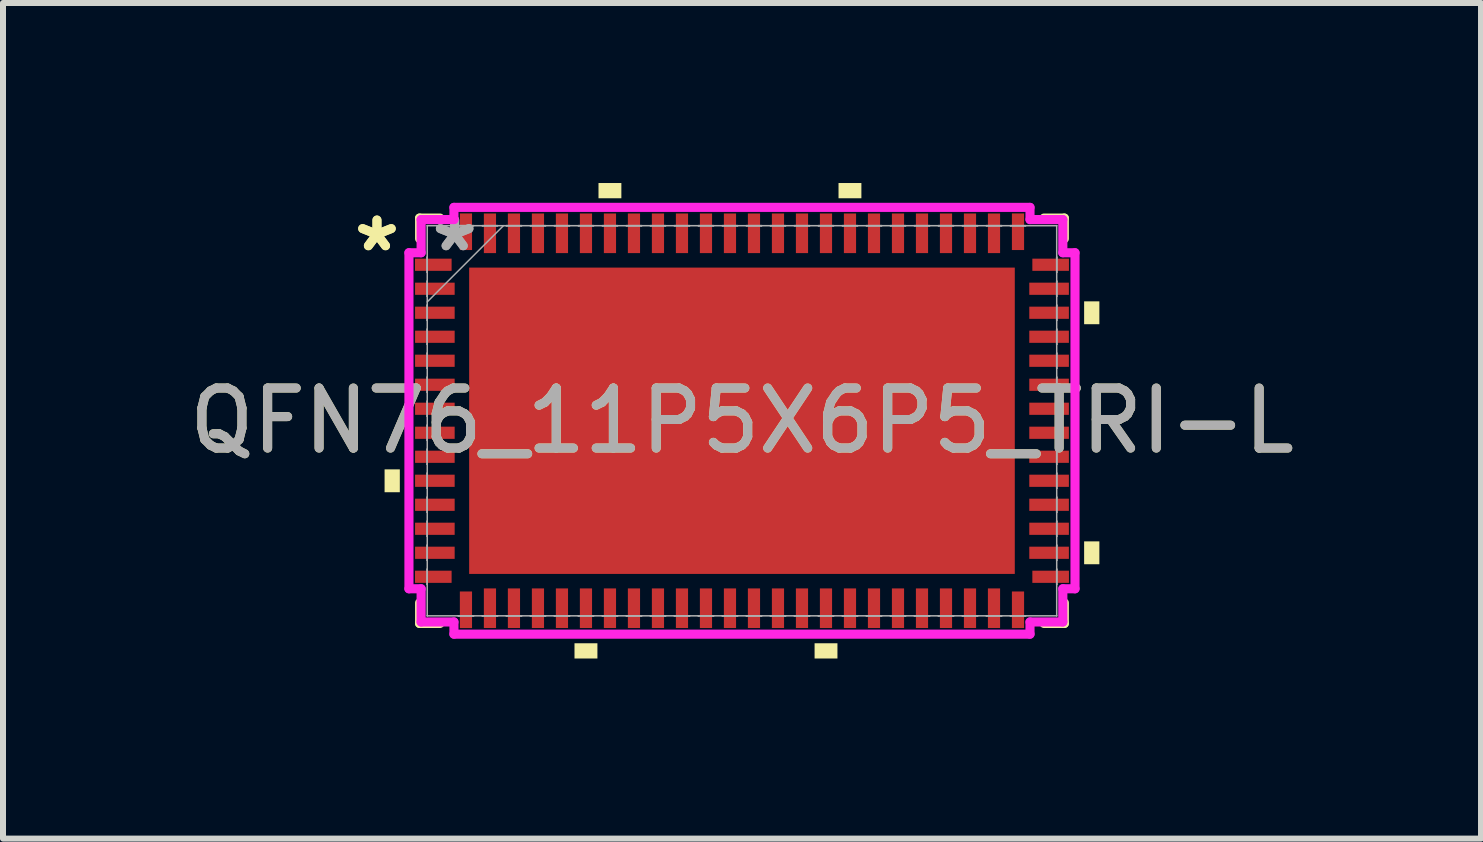
<source format=kicad_pcb>
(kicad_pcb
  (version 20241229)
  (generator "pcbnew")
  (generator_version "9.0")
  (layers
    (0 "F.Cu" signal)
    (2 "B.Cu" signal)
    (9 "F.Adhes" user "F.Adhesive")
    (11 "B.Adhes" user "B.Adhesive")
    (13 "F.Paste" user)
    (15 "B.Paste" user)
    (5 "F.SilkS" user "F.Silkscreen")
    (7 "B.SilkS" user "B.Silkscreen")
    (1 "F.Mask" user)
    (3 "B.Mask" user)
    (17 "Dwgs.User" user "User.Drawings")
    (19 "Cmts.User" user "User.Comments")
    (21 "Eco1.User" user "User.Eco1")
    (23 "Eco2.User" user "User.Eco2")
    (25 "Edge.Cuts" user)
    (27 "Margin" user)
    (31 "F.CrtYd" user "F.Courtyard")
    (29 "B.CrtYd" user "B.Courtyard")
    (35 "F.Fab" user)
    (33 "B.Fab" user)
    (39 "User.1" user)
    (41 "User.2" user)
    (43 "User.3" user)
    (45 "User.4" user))
  (footprint "QFN76_11P5X6P5_TRI-L"
    (layer "F.Cu")
    (at 9.315 3.962)
    (property "Reference" "QFN76_11P5X6P5_TRI-L" (at 0 0 0) (unlocked yes) (layer "F.SilkS") (effects (font (size 1 1) (thickness 0.15))))
    (attr smd)
    (fp_line (start -5.372 -3.378) (end -5.372 -3.034) (stroke (width 0.152) (type solid)) (layer "F.SilkS"))
    (fp_line (start -5.372 3.034) (end -5.372 3.378) (stroke (width 0.152) (type solid)) (layer "F.SilkS"))
    (fp_line (start -5.372 3.378) (end -5.034 3.378) (stroke (width 0.152) (type solid)) (layer "F.SilkS"))
    (fp_line (start -5.034 -3.378) (end -5.372 -3.378) (stroke (width 0.152) (type solid)) (layer "F.SilkS"))
    (fp_line (start 5.034 3.378) (end 5.372 3.378) (stroke (width 0.152) (type solid)) (layer "F.SilkS"))
    (fp_line (start 5.372 -3.378) (end 5.034 -3.378) (stroke (width 0.152) (type solid)) (layer "F.SilkS"))
    (fp_line (start 5.372 -3.034) (end 5.372 -3.378) (stroke (width 0.152) (type solid)) (layer "F.SilkS"))
    (fp_line (start 5.372 3.378) (end 5.372 3.034) (stroke (width 0.152) (type solid)) (layer "F.SilkS"))
    (fp_poly (pts (xy -5.956 0.81) (xy -5.956 1.191) (xy -5.702 1.191) (xy -5.702 0.81)) (stroke (width 0) (type solid)) (fill yes) (layer "F.SilkS"))
    (fp_poly (pts (xy -2.791 3.708) (xy -2.791 3.962) (xy -2.409 3.962) (xy -2.409 3.708)) (stroke (width 0) (type solid)) (fill yes) (layer "F.SilkS"))
    (fp_poly (pts (xy -2.391 -3.708) (xy -2.391 -3.962) (xy -2.01 -3.962) (xy -2.01 -3.708)) (stroke (width 0) (type solid)) (fill yes) (layer "F.SilkS"))
    (fp_poly (pts (xy 1.21 3.708) (xy 1.21 3.962) (xy 1.591 3.962) (xy 1.591 3.708)) (stroke (width 0) (type solid)) (fill yes) (layer "F.SilkS"))
    (fp_poly (pts (xy 1.609 -3.708) (xy 1.609 -3.962) (xy 1.99 -3.962) (xy 1.99 -3.708)) (stroke (width 0) (type solid)) (fill yes) (layer "F.SilkS"))
    (fp_poly (pts (xy 5.956 -1.99) (xy 5.956 -1.609) (xy 5.702 -1.609) (xy 5.702 -1.99)) (stroke (width 0) (type solid)) (fill yes) (layer "F.SilkS"))
    (fp_poly (pts (xy 5.956 2.01) (xy 5.956 2.391) (xy 5.702 2.391) (xy 5.702 2.01)) (stroke (width 0) (type solid)) (fill yes) (layer "F.SilkS"))
    (fp_poly (pts (xy -4.447 -2.453) (xy -4.447 -1.376) (xy -3.348 -1.376) (xy -3.348 -2.453)) (stroke (width 0) (type solid)) (fill yes) (layer "F.Paste"))
    (fp_poly (pts (xy -4.447 -1.176) (xy -4.447 -0.1) (xy -3.348 -0.1) (xy -3.348 -1.176)) (stroke (width 0) (type solid)) (fill yes) (layer "F.Paste"))
    (fp_poly (pts (xy -4.447 0.1) (xy -4.447 1.176) (xy -3.348 1.176) (xy -3.348 0.1)) (stroke (width 0) (type solid)) (fill yes) (layer "F.Paste"))
    (fp_poly (pts (xy -4.447 1.376) (xy -4.447 2.453) (xy -3.348 2.453) (xy -3.348 1.376)) (stroke (width 0) (type solid)) (fill yes) (layer "F.Paste"))
    (fp_poly (pts (xy -3.148 -2.453) (xy -3.148 -1.376) (xy -2.049 -1.376) (xy -2.049 -2.453)) (stroke (width 0) (type solid)) (fill yes) (layer "F.Paste"))
    (fp_poly (pts (xy -3.148 -1.176) (xy -3.148 -0.1) (xy -2.049 -0.1) (xy -2.049 -1.176)) (stroke (width 0) (type solid)) (fill yes) (layer "F.Paste"))
    (fp_poly (pts (xy -3.148 0.1) (xy -3.148 1.176) (xy -2.049 1.176) (xy -2.049 0.1)) (stroke (width 0) (type solid)) (fill yes) (layer "F.Paste"))
    (fp_poly (pts (xy -3.148 1.376) (xy -3.148 2.453) (xy -2.049 2.453) (xy -2.049 1.376)) (stroke (width 0) (type solid)) (fill yes) (layer "F.Paste"))
    (fp_poly (pts (xy -1.849 -2.453) (xy -1.849 -1.376) (xy -0.75 -1.376) (xy -0.75 -2.453)) (stroke (width 0) (type solid)) (fill yes) (layer "F.Paste"))
    (fp_poly (pts (xy -1.849 -1.176) (xy -1.849 -0.1) (xy -0.75 -0.1) (xy -0.75 -1.176)) (stroke (width 0) (type solid)) (fill yes) (layer "F.Paste"))
    (fp_poly (pts (xy -1.849 0.1) (xy -1.849 1.176) (xy -0.75 1.176) (xy -0.75 0.1)) (stroke (width 0) (type solid)) (fill yes) (layer "F.Paste"))
    (fp_poly (pts (xy -1.849 1.376) (xy -1.849 2.453) (xy -0.75 2.453) (xy -0.75 1.376)) (stroke (width 0) (type solid)) (fill yes) (layer "F.Paste"))
    (fp_poly (pts (xy -0.55 -2.453) (xy -0.55 -1.376) (xy 0.55 -1.376) (xy 0.55 -2.453)) (stroke (width 0) (type solid)) (fill yes) (layer "F.Paste"))
    (fp_poly (pts (xy -0.55 -1.176) (xy -0.55 -0.1) (xy 0.55 -0.1) (xy 0.55 -1.176)) (stroke (width 0) (type solid)) (fill yes) (layer "F.Paste"))
    (fp_poly (pts (xy -0.55 0.1) (xy -0.55 1.176) (xy 0.55 1.176) (xy 0.55 0.1)) (stroke (width 0) (type solid)) (fill yes) (layer "F.Paste"))
    (fp_poly (pts (xy -0.55 1.376) (xy -0.55 2.453) (xy 0.55 2.453) (xy 0.55 1.376)) (stroke (width 0) (type solid)) (fill yes) (layer "F.Paste"))
    (fp_poly (pts (xy 0.75 -2.453) (xy 0.75 -1.376) (xy 1.849 -1.376) (xy 1.849 -2.453)) (stroke (width 0) (type solid)) (fill yes) (layer "F.Paste"))
    (fp_poly (pts (xy 0.75 -1.176) (xy 0.75 -0.1) (xy 1.849 -0.1) (xy 1.849 -1.176)) (stroke (width 0) (type solid)) (fill yes) (layer "F.Paste"))
    (fp_poly (pts (xy 0.75 0.1) (xy 0.75 1.176) (xy 1.849 1.176) (xy 1.849 0.1)) (stroke (width 0) (type solid)) (fill yes) (layer "F.Paste"))
    (fp_poly (pts (xy 0.75 1.376) (xy 0.75 2.453) (xy 1.849 2.453) (xy 1.849 1.376)) (stroke (width 0) (type solid)) (fill yes) (layer "F.Paste"))
    (fp_poly (pts (xy 2.049 -2.453) (xy 2.049 -1.376) (xy 3.148 -1.376) (xy 3.148 -2.453)) (stroke (width 0) (type solid)) (fill yes) (layer "F.Paste"))
    (fp_poly (pts (xy 2.049 -1.176) (xy 2.049 -0.1) (xy 3.148 -0.1) (xy 3.148 -1.176)) (stroke (width 0) (type solid)) (fill yes) (layer "F.Paste"))
    (fp_poly (pts (xy 2.049 0.1) (xy 2.049 1.176) (xy 3.148 1.176) (xy 3.148 0.1)) (stroke (width 0) (type solid)) (fill yes) (layer "F.Paste"))
    (fp_poly (pts (xy 2.049 1.376) (xy 2.049 2.453) (xy 3.148 2.453) (xy 3.148 1.376)) (stroke (width 0) (type solid)) (fill yes) (layer "F.Paste"))
    (fp_poly (pts (xy 3.348 -2.453) (xy 3.348 -1.376) (xy 4.447 -1.376) (xy 4.447 -2.453)) (stroke (width 0) (type solid)) (fill yes) (layer "F.Paste"))
    (fp_poly (pts (xy 3.348 -1.176) (xy 3.348 -0.1) (xy 4.447 -0.1) (xy 4.447 -1.176)) (stroke (width 0) (type solid)) (fill yes) (layer "F.Paste"))
    (fp_poly (pts (xy 3.348 0.1) (xy 3.348 1.176) (xy 4.447 1.176) (xy 4.447 0.1)) (stroke (width 0) (type solid)) (fill yes) (layer "F.Paste"))
    (fp_poly (pts (xy 3.348 1.376) (xy 3.348 2.453) (xy 4.447 2.453) (xy 4.447 1.376)) (stroke (width 0) (type solid)) (fill yes) (layer "F.Paste"))
    (fp_line (start -5.55 -2.8) (end -5.347 -2.8) (stroke (width 0.152) (type solid)) (layer "F.CrtYd"))
    (fp_line (start -5.55 2.8) (end -5.55 -2.8) (stroke (width 0.152) (type solid)) (layer "F.CrtYd"))
    (fp_line (start -5.347 -3.353) (end -4.8 -3.353) (stroke (width 0.152) (type solid)) (layer "F.CrtYd"))
    (fp_line (start -5.347 -2.8) (end -5.347 -3.353) (stroke (width 0.152) (type solid)) (layer "F.CrtYd"))
    (fp_line (start -5.347 2.8) (end -5.55 2.8) (stroke (width 0.152) (type solid)) (layer "F.CrtYd"))
    (fp_line (start -5.347 3.353) (end -5.347 2.8) (stroke (width 0.152) (type solid)) (layer "F.CrtYd"))
    (fp_line (start -4.8 -3.556) (end 4.8 -3.556) (stroke (width 0.152) (type solid)) (layer "F.CrtYd"))
    (fp_line (start -4.8 -3.353) (end -4.8 -3.556) (stroke (width 0.152) (type solid)) (layer "F.CrtYd"))
    (fp_line (start -4.8 3.353) (end -5.347 3.353) (stroke (width 0.152) (type solid)) (layer "F.CrtYd"))
    (fp_line (start -4.8 3.556) (end -4.8 3.353) (stroke (width 0.152) (type solid)) (layer "F.CrtYd"))
    (fp_line (start 4.8 -3.556) (end 4.8 -3.353) (stroke (width 0.152) (type solid)) (layer "F.CrtYd"))
    (fp_line (start 4.8 -3.353) (end 5.347 -3.353) (stroke (width 0.152) (type solid)) (layer "F.CrtYd"))
    (fp_line (start 4.8 3.353) (end 4.8 3.556) (stroke (width 0.152) (type solid)) (layer "F.CrtYd"))
    (fp_line (start 4.8 3.556) (end -4.8 3.556) (stroke (width 0.152) (type solid)) (layer "F.CrtYd"))
    (fp_line (start 5.347 -3.353) (end 5.347 -2.8) (stroke (width 0.152) (type solid)) (layer "F.CrtYd"))
    (fp_line (start 5.347 -2.8) (end 5.55 -2.8) (stroke (width 0.152) (type solid)) (layer "F.CrtYd"))
    (fp_line (start 5.347 2.8) (end 5.347 3.353) (stroke (width 0.152) (type solid)) (layer "F.CrtYd"))
    (fp_line (start 5.347 3.353) (end 4.8 3.353) (stroke (width 0.152) (type solid)) (layer "F.CrtYd"))
    (fp_line (start 5.55 -2.8) (end 5.55 2.8) (stroke (width 0.152) (type solid)) (layer "F.CrtYd"))
    (fp_line (start 5.55 2.8) (end 5.347 2.8) (stroke (width 0.152) (type solid)) (layer "F.CrtYd"))
    (fp_line (start -5.245 -3.251) (end -5.245 -3.251) (stroke (width 0.025) (type solid)) (layer "F.Fab"))
    (fp_line (start -5.245 -3.251) (end -5.245 3.251) (stroke (width 0.025) (type solid)) (layer "F.Fab"))
    (fp_line (start -5.245 -2.727) (end -5.245 -2.727) (stroke (width 0.025) (type solid)) (layer "F.Fab"))
    (fp_line (start -5.245 -2.727) (end -5.245 -2.473) (stroke (width 0.025) (type solid)) (layer "F.Fab"))
    (fp_line (start -5.245 -2.473) (end -5.245 -2.727) (stroke (width 0.025) (type solid)) (layer "F.Fab"))
    (fp_line (start -5.245 -2.473) (end -5.245 -2.473) (stroke (width 0.025) (type solid)) (layer "F.Fab"))
    (fp_line (start -5.245 -2.327) (end -5.245 -2.327) (stroke (width 0.025) (type solid)) (layer "F.Fab"))
    (fp_line (start -5.245 -2.327) (end -5.245 -2.073) (stroke (width 0.025) (type solid)) (layer "F.Fab"))
    (fp_line (start -5.245 -2.073) (end -5.245 -2.327) (stroke (width 0.025) (type solid)) (layer "F.Fab"))
    (fp_line (start -5.245 -2.073) (end -5.245 -2.073) (stroke (width 0.025) (type solid)) (layer "F.Fab"))
    (fp_line (start -5.245 -1.981) (end -3.975 -3.251) (stroke (width 0.025) (type solid)) (layer "F.Fab"))
    (fp_line (start -5.245 -1.927) (end -5.245 -1.927) (stroke (width 0.025) (type solid)) (layer "F.Fab"))
    (fp_line (start -5.245 -1.927) (end -5.245 -1.673) (stroke (width 0.025) (type solid)) (layer "F.Fab"))
    (fp_line (start -5.245 -1.673) (end -5.245 -1.927) (stroke (width 0.025) (type solid)) (layer "F.Fab"))
    (fp_line (start -5.245 -1.673) (end -5.245 -1.673) (stroke (width 0.025) (type solid)) (layer "F.Fab"))
    (fp_line (start -5.245 -1.527) (end -5.245 -1.527) (stroke (width 0.025) (type solid)) (layer "F.Fab"))
    (fp_line (start -5.245 -1.527) (end -5.245 -1.273) (stroke (width 0.025) (type solid)) (layer "F.Fab"))
    (fp_line (start -5.245 -1.273) (end -5.245 -1.527) (stroke (width 0.025) (type solid)) (layer "F.Fab"))
    (fp_line (start -5.245 -1.273) (end -5.245 -1.273) (stroke (width 0.025) (type solid)) (layer "F.Fab"))
    (fp_line (start -5.245 -1.127) (end -5.245 -1.127) (stroke (width 0.025) (type solid)) (layer "F.Fab"))
    (fp_line (start -5.245 -1.127) (end -5.245 -0.873) (stroke (width 0.025) (type solid)) (layer "F.Fab"))
    (fp_line (start -5.245 -0.873) (end -5.245 -1.127) (stroke (width 0.025) (type solid)) (layer "F.Fab"))
    (fp_line (start -5.245 -0.873) (end -5.245 -0.873) (stroke (width 0.025) (type solid)) (layer "F.Fab"))
    (fp_line (start -5.245 -0.727) (end -5.245 -0.727) (stroke (width 0.025) (type solid)) (layer "F.Fab"))
    (fp_line (start -5.245 -0.727) (end -5.245 -0.473) (stroke (width 0.025) (type solid)) (layer "F.Fab"))
    (fp_line (start -5.245 -0.473) (end -5.245 -0.727) (stroke (width 0.025) (type solid)) (layer "F.Fab"))
    (fp_line (start -5.245 -0.473) (end -5.245 -0.473) (stroke (width 0.025) (type solid)) (layer "F.Fab"))
    (fp_line (start -5.245 -0.327) (end -5.245 -0.327) (stroke (width 0.025) (type solid)) (layer "F.Fab"))
    (fp_line (start -5.245 -0.327) (end -5.245 -0.073) (stroke (width 0.025) (type solid)) (layer "F.Fab"))
    (fp_line (start -5.245 -0.073) (end -5.245 -0.327) (stroke (width 0.025) (type solid)) (layer "F.Fab"))
    (fp_line (start -5.245 -0.073) (end -5.245 -0.073) (stroke (width 0.025) (type solid)) (layer "F.Fab"))
    (fp_line (start -5.245 0.073) (end -5.245 0.073) (stroke (width 0.025) (type solid)) (layer "F.Fab"))
    (fp_line (start -5.245 0.073) (end -5.245 0.327) (stroke (width 0.025) (type solid)) (layer "F.Fab"))
    (fp_line (start -5.245 0.327) (end -5.245 0.073) (stroke (width 0.025) (type solid)) (layer "F.Fab"))
    (fp_line (start -5.245 0.327) (end -5.245 0.327) (stroke (width 0.025) (type solid)) (layer "F.Fab"))
    (fp_line (start -5.245 0.473) (end -5.245 0.473) (stroke (width 0.025) (type solid)) (layer "F.Fab"))
    (fp_line (start -5.245 0.473) (end -5.245 0.727) (stroke (width 0.025) (type solid)) (layer "F.Fab"))
    (fp_line (start -5.245 0.727) (end -5.245 0.473) (stroke (width 0.025) (type solid)) (layer "F.Fab"))
    (fp_line (start -5.245 0.727) (end -5.245 0.727) (stroke (width 0.025) (type solid)) (layer "F.Fab"))
    (fp_line (start -5.245 0.873) (end -5.245 0.873) (stroke (width 0.025) (type solid)) (layer "F.Fab"))
    (fp_line (start -5.245 0.873) (end -5.245 1.127) (stroke (width 0.025) (type solid)) (layer "F.Fab"))
    (fp_line (start -5.245 1.127) (end -5.245 0.873) (stroke (width 0.025) (type solid)) (layer "F.Fab"))
    (fp_line (start -5.245 1.127) (end -5.245 1.127) (stroke (width 0.025) (type solid)) (layer "F.Fab"))
    (fp_line (start -5.245 1.273) (end -5.245 1.273) (stroke (width 0.025) (type solid)) (layer "F.Fab"))
    (fp_line (start -5.245 1.273) (end -5.245 1.527) (stroke (width 0.025) (type solid)) (layer "F.Fab"))
    (fp_line (start -5.245 1.527) (end -5.245 1.273) (stroke (width 0.025) (type solid)) (layer "F.Fab"))
    (fp_line (start -5.245 1.527) (end -5.245 1.527) (stroke (width 0.025) (type solid)) (layer "F.Fab"))
    (fp_line (start -5.245 1.673) (end -5.245 1.673) (stroke (width 0.025) (type solid)) (layer "F.Fab"))
    (fp_line (start -5.245 1.673) (end -5.245 1.927) (stroke (width 0.025) (type solid)) (layer "F.Fab"))
    (fp_line (start -5.245 1.927) (end -5.245 1.673) (stroke (width 0.025) (type solid)) (layer "F.Fab"))
    (fp_line (start -5.245 1.927) (end -5.245 1.927) (stroke (width 0.025) (type solid)) (layer "F.Fab"))
    (fp_line (start -5.245 2.073) (end -5.245 2.073) (stroke (width 0.025) (type solid)) (layer "F.Fab"))
    (fp_line (start -5.245 2.073) (end -5.245 2.327) (stroke (width 0.025) (type solid)) (layer "F.Fab"))
    (fp_line (start -5.245 2.327) (end -5.245 2.073) (stroke (width 0.025) (type solid)) (layer "F.Fab"))
    (fp_line (start -5.245 2.327) (end -5.245 2.327) (stroke (width 0.025) (type solid)) (layer "F.Fab"))
    (fp_line (start -5.245 2.473) (end -5.245 2.473) (stroke (width 0.025) (type solid)) (layer "F.Fab"))
    (fp_line (start -5.245 2.473) (end -5.245 2.727) (stroke (width 0.025) (type solid)) (layer "F.Fab"))
    (fp_line (start -5.245 2.727) (end -5.245 2.473) (stroke (width 0.025) (type solid)) (layer "F.Fab"))
    (fp_line (start -5.245 2.727) (end -5.245 2.727) (stroke (width 0.025) (type solid)) (layer "F.Fab"))
    (fp_line (start -5.245 3.251) (end -5.245 3.251) (stroke (width 0.025) (type solid)) (layer "F.Fab"))
    (fp_line (start -5.245 3.251) (end 5.245 3.251) (stroke (width 0.025) (type solid)) (layer "F.Fab"))
    (fp_line (start -4.727 -3.251) (end -4.727 -3.251) (stroke (width 0.025) (type solid)) (layer "F.Fab"))
    (fp_line (start -4.727 -3.251) (end -4.473 -3.251) (stroke (width 0.025) (type solid)) (layer "F.Fab"))
    (fp_line (start -4.727 3.251) (end -4.727 3.251) (stroke (width 0.025) (type solid)) (layer "F.Fab"))
    (fp_line (start -4.727 3.251) (end -4.473 3.251) (stroke (width 0.025) (type solid)) (layer "F.Fab"))
    (fp_line (start -4.473 -3.251) (end -4.727 -3.251) (stroke (width 0.025) (type solid)) (layer "F.Fab"))
    (fp_line (start -4.473 -3.251) (end -4.473 -3.251) (stroke (width 0.025) (type solid)) (layer "F.Fab"))
    (fp_line (start -4.473 3.251) (end -4.727 3.251) (stroke (width 0.025) (type solid)) (layer "F.Fab"))
    (fp_line (start -4.473 3.251) (end -4.473 3.251) (stroke (width 0.025) (type solid)) (layer "F.Fab"))
    (fp_line (start -4.327 -3.251) (end -4.327 -3.251) (stroke (width 0.025) (type solid)) (layer "F.Fab"))
    (fp_line (start -4.327 -3.251) (end -4.073 -3.251) (stroke (width 0.025) (type solid)) (layer "F.Fab"))
    (fp_line (start -4.327 3.251) (end -4.327 3.251) (stroke (width 0.025) (type solid)) (layer "F.Fab"))
    (fp_line (start -4.327 3.251) (end -4.073 3.251) (stroke (width 0.025) (type solid)) (layer "F.Fab"))
    (fp_line (start -4.073 -3.251) (end -4.327 -3.251) (stroke (width 0.025) (type solid)) (layer "F.Fab"))
    (fp_line (start -4.073 -3.251) (end -4.073 -3.251) (stroke (width 0.025) (type solid)) (layer "F.Fab"))
    (fp_line (start -4.073 3.251) (end -4.327 3.251) (stroke (width 0.025) (type solid)) (layer "F.Fab"))
    (fp_line (start -4.073 3.251) (end -4.073 3.251) (stroke (width 0.025) (type solid)) (layer "F.Fab"))
    (fp_line (start -3.927 -3.251) (end -3.927 -3.251) (stroke (width 0.025) (type solid)) (layer "F.Fab"))
    (fp_line (start -3.927 -3.251) (end -3.673 -3.251) (stroke (width 0.025) (type solid)) (layer "F.Fab"))
    (fp_line (start -3.927 3.251) (end -3.927 3.251) (stroke (width 0.025) (type solid)) (layer "F.Fab"))
    (fp_line (start -3.927 3.251) (end -3.673 3.251) (stroke (width 0.025) (type solid)) (layer "F.Fab"))
    (fp_line (start -3.673 -3.251) (end -3.927 -3.251) (stroke (width 0.025) (type solid)) (layer "F.Fab"))
    (fp_line (start -3.673 -3.251) (end -3.673 -3.251) (stroke (width 0.025) (type solid)) (layer "F.Fab"))
    (fp_line (start -3.673 3.251) (end -3.927 3.251) (stroke (width 0.025) (type solid)) (layer "F.Fab"))
    (fp_line (start -3.673 3.251) (end -3.673 3.251) (stroke (width 0.025) (type solid)) (layer "F.Fab"))
    (fp_line (start -3.527 -3.251) (end -3.527 -3.251) (stroke (width 0.025) (type solid)) (layer "F.Fab"))
    (fp_line (start -3.527 -3.251) (end -3.273 -3.251) (stroke (width 0.025) (type solid)) (layer "F.Fab"))
    (fp_line (start -3.527 3.251) (end -3.527 3.251) (stroke (width 0.025) (type solid)) (layer "F.Fab"))
    (fp_line (start -3.527 3.251) (end -3.273 3.251) (stroke (width 0.025) (type solid)) (layer "F.Fab"))
    (fp_line (start -3.273 -3.251) (end -3.527 -3.251) (stroke (width 0.025) (type solid)) (layer "F.Fab"))
    (fp_line (start -3.273 -3.251) (end -3.273 -3.251) (stroke (width 0.025) (type solid)) (layer "F.Fab"))
    (fp_line (start -3.273 3.251) (end -3.527 3.251) (stroke (width 0.025) (type solid)) (layer "F.Fab"))
    (fp_line (start -3.273 3.251) (end -3.273 3.251) (stroke (width 0.025) (type solid)) (layer "F.Fab"))
    (fp_line (start -3.127 -3.251) (end -3.127 -3.251) (stroke (width 0.025) (type solid)) (layer "F.Fab"))
    (fp_line (start -3.127 -3.251) (end -2.873 -3.251) (stroke (width 0.025) (type solid)) (layer "F.Fab"))
    (fp_line (start -3.127 3.251) (end -3.127 3.251) (stroke (width 0.025) (type solid)) (layer "F.Fab"))
    (fp_line (start -3.127 3.251) (end -2.873 3.251) (stroke (width 0.025) (type solid)) (layer "F.Fab"))
    (fp_line (start -2.873 -3.251) (end -3.127 -3.251) (stroke (width 0.025) (type solid)) (layer "F.Fab"))
    (fp_line (start -2.873 -3.251) (end -2.873 -3.251) (stroke (width 0.025) (type solid)) (layer "F.Fab"))
    (fp_line (start -2.873 3.251) (end -3.127 3.251) (stroke (width 0.025) (type solid)) (layer "F.Fab"))
    (fp_line (start -2.873 3.251) (end -2.873 3.251) (stroke (width 0.025) (type solid)) (layer "F.Fab"))
    (fp_line (start -2.727 -3.251) (end -2.727 -3.251) (stroke (width 0.025) (type solid)) (layer "F.Fab"))
    (fp_line (start -2.727 -3.251) (end -2.473 -3.251) (stroke (width 0.025) (type solid)) (layer "F.Fab"))
    (fp_line (start -2.727 3.251) (end -2.727 3.251) (stroke (width 0.025) (type solid)) (layer "F.Fab"))
    (fp_line (start -2.727 3.251) (end -2.473 3.251) (stroke (width 0.025) (type solid)) (layer "F.Fab"))
    (fp_line (start -2.473 -3.251) (end -2.727 -3.251) (stroke (width 0.025) (type solid)) (layer "F.Fab"))
    (fp_line (start -2.473 -3.251) (end -2.473 -3.251) (stroke (width 0.025) (type solid)) (layer "F.Fab"))
    (fp_line (start -2.473 3.251) (end -2.727 3.251) (stroke (width 0.025) (type solid)) (layer "F.Fab"))
    (fp_line (start -2.473 3.251) (end -2.473 3.251) (stroke (width 0.025) (type solid)) (layer "F.Fab"))
    (fp_line (start -2.327 -3.251) (end -2.327 -3.251) (stroke (width 0.025) (type solid)) (layer "F.Fab"))
    (fp_line (start -2.327 -3.251) (end -2.073 -3.251) (stroke (width 0.025) (type solid)) (layer "F.Fab"))
    (fp_line (start -2.327 3.251) (end -2.327 3.251) (stroke (width 0.025) (type solid)) (layer "F.Fab"))
    (fp_line (start -2.327 3.251) (end -2.073 3.251) (stroke (width 0.025) (type solid)) (layer "F.Fab"))
    (fp_line (start -2.073 -3.251) (end -2.327 -3.251) (stroke (width 0.025) (type solid)) (layer "F.Fab"))
    (fp_line (start -2.073 -3.251) (end -2.073 -3.251) (stroke (width 0.025) (type solid)) (layer "F.Fab"))
    (fp_line (start -2.073 3.251) (end -2.327 3.251) (stroke (width 0.025) (type solid)) (layer "F.Fab"))
    (fp_line (start -2.073 3.251) (end -2.073 3.251) (stroke (width 0.025) (type solid)) (layer "F.Fab"))
    (fp_line (start -1.927 -3.251) (end -1.927 -3.251) (stroke (width 0.025) (type solid)) (layer "F.Fab"))
    (fp_line (start -1.927 -3.251) (end -1.673 -3.251) (stroke (width 0.025) (type solid)) (layer "F.Fab"))
    (fp_line (start -1.927 3.251) (end -1.927 3.251) (stroke (width 0.025) (type solid)) (layer "F.Fab"))
    (fp_line (start -1.927 3.251) (end -1.673 3.251) (stroke (width 0.025) (type solid)) (layer "F.Fab"))
    (fp_line (start -1.673 -3.251) (end -1.927 -3.251) (stroke (width 0.025) (type solid)) (layer "F.Fab"))
    (fp_line (start -1.673 -3.251) (end -1.673 -3.251) (stroke (width 0.025) (type solid)) (layer "F.Fab"))
    (fp_line (start -1.673 3.251) (end -1.927 3.251) (stroke (width 0.025) (type solid)) (layer "F.Fab"))
    (fp_line (start -1.673 3.251) (end -1.673 3.251) (stroke (width 0.025) (type solid)) (layer "F.Fab"))
    (fp_line (start -1.527 -3.251) (end -1.527 -3.251) (stroke (width 0.025) (type solid)) (layer "F.Fab"))
    (fp_line (start -1.527 -3.251) (end -1.273 -3.251) (stroke (width 0.025) (type solid)) (layer "F.Fab"))
    (fp_line (start -1.527 3.251) (end -1.527 3.251) (stroke (width 0.025) (type solid)) (layer "F.Fab"))
    (fp_line (start -1.527 3.251) (end -1.273 3.251) (stroke (width 0.025) (type solid)) (layer "F.Fab"))
    (fp_line (start -1.273 -3.251) (end -1.527 -3.251) (stroke (width 0.025) (type solid)) (layer "F.Fab"))
    (fp_line (start -1.273 -3.251) (end -1.273 -3.251) (stroke (width 0.025) (type solid)) (layer "F.Fab"))
    (fp_line (start -1.273 3.251) (end -1.527 3.251) (stroke (width 0.025) (type solid)) (layer "F.Fab"))
    (fp_line (start -1.273 3.251) (end -1.273 3.251) (stroke (width 0.025) (type solid)) (layer "F.Fab"))
    (fp_line (start -1.127 -3.251) (end -1.127 -3.251) (stroke (width 0.025) (type solid)) (layer "F.Fab"))
    (fp_line (start -1.127 -3.251) (end -0.873 -3.251) (stroke (width 0.025) (type solid)) (layer "F.Fab"))
    (fp_line (start -1.127 3.251) (end -1.127 3.251) (stroke (width 0.025) (type solid)) (layer "F.Fab"))
    (fp_line (start -1.127 3.251) (end -0.873 3.251) (stroke (width 0.025) (type solid)) (layer "F.Fab"))
    (fp_line (start -0.873 -3.251) (end -1.127 -3.251) (stroke (width 0.025) (type solid)) (layer "F.Fab"))
    (fp_line (start -0.873 -3.251) (end -0.873 -3.251) (stroke (width 0.025) (type solid)) (layer "F.Fab"))
    (fp_line (start -0.873 3.251) (end -1.127 3.251) (stroke (width 0.025) (type solid)) (layer "F.Fab"))
    (fp_line (start -0.873 3.251) (end -0.873 3.251) (stroke (width 0.025) (type solid)) (layer "F.Fab"))
    (fp_line (start -0.727 -3.251) (end -0.727 -3.251) (stroke (width 0.025) (type solid)) (layer "F.Fab"))
    (fp_line (start -0.727 -3.251) (end -0.473 -3.251) (stroke (width 0.025) (type solid)) (layer "F.Fab"))
    (fp_line (start -0.727 3.251) (end -0.727 3.251) (stroke (width 0.025) (type solid)) (layer "F.Fab"))
    (fp_line (start -0.727 3.251) (end -0.473 3.251) (stroke (width 0.025) (type solid)) (layer "F.Fab"))
    (fp_line (start -0.473 -3.251) (end -0.727 -3.251) (stroke (width 0.025) (type solid)) (layer "F.Fab"))
    (fp_line (start -0.473 -3.251) (end -0.473 -3.251) (stroke (width 0.025) (type solid)) (layer "F.Fab"))
    (fp_line (start -0.473 3.251) (end -0.727 3.251) (stroke (width 0.025) (type solid)) (layer "F.Fab"))
    (fp_line (start -0.473 3.251) (end -0.473 3.251) (stroke (width 0.025) (type solid)) (layer "F.Fab"))
    (fp_line (start -0.327 -3.251) (end -0.327 -3.251) (stroke (width 0.025) (type solid)) (layer "F.Fab"))
    (fp_line (start -0.327 -3.251) (end -0.073 -3.251) (stroke (width 0.025) (type solid)) (layer "F.Fab"))
    (fp_line (start -0.327 3.251) (end -0.327 3.251) (stroke (width 0.025) (type solid)) (layer "F.Fab"))
    (fp_line (start -0.327 3.251) (end -0.073 3.251) (stroke (width 0.025) (type solid)) (layer "F.Fab"))
    (fp_line (start -0.073 -3.251) (end -0.327 -3.251) (stroke (width 0.025) (type solid)) (layer "F.Fab"))
    (fp_line (start -0.073 -3.251) (end -0.073 -3.251) (stroke (width 0.025) (type solid)) (layer "F.Fab"))
    (fp_line (start -0.073 3.251) (end -0.327 3.251) (stroke (width 0.025) (type solid)) (layer "F.Fab"))
    (fp_line (start -0.073 3.251) (end -0.073 3.251) (stroke (width 0.025) (type solid)) (layer "F.Fab"))
    (fp_line (start 0.073 -3.251) (end 0.073 -3.251) (stroke (width 0.025) (type solid)) (layer "F.Fab"))
    (fp_line (start 0.073 -3.251) (end 0.327 -3.251) (stroke (width 0.025) (type solid)) (layer "F.Fab"))
    (fp_line (start 0.073 3.251) (end 0.073 3.251) (stroke (width 0.025) (type solid)) (layer "F.Fab"))
    (fp_line (start 0.073 3.251) (end 0.327 3.251) (stroke (width 0.025) (type solid)) (layer "F.Fab"))
    (fp_line (start 0.327 -3.251) (end 0.073 -3.251) (stroke (width 0.025) (type solid)) (layer "F.Fab"))
    (fp_line (start 0.327 -3.251) (end 0.327 -3.251) (stroke (width 0.025) (type solid)) (layer "F.Fab"))
    (fp_line (start 0.327 3.251) (end 0.073 3.251) (stroke (width 0.025) (type solid)) (layer "F.Fab"))
    (fp_line (start 0.327 3.251) (end 0.327 3.251) (stroke (width 0.025) (type solid)) (layer "F.Fab"))
    (fp_line (start 0.473 -3.251) (end 0.473 -3.251) (stroke (width 0.025) (type solid)) (layer "F.Fab"))
    (fp_line (start 0.473 -3.251) (end 0.727 -3.251) (stroke (width 0.025) (type solid)) (layer "F.Fab"))
    (fp_line (start 0.473 3.251) (end 0.473 3.251) (stroke (width 0.025) (type solid)) (layer "F.Fab"))
    (fp_line (start 0.473 3.251) (end 0.727 3.251) (stroke (width 0.025) (type solid)) (layer "F.Fab"))
    (fp_line (start 0.727 -3.251) (end 0.473 -3.251) (stroke (width 0.025) (type solid)) (layer "F.Fab"))
    (fp_line (start 0.727 -3.251) (end 0.727 -3.251) (stroke (width 0.025) (type solid)) (layer "F.Fab"))
    (fp_line (start 0.727 3.251) (end 0.473 3.251) (stroke (width 0.025) (type solid)) (layer "F.Fab"))
    (fp_line (start 0.727 3.251) (end 0.727 3.251) (stroke (width 0.025) (type solid)) (layer "F.Fab"))
    (fp_line (start 0.873 -3.251) (end 0.873 -3.251) (stroke (width 0.025) (type solid)) (layer "F.Fab"))
    (fp_line (start 0.873 -3.251) (end 1.127 -3.251) (stroke (width 0.025) (type solid)) (layer "F.Fab"))
    (fp_line (start 0.873 3.251) (end 0.873 3.251) (stroke (width 0.025) (type solid)) (layer "F.Fab"))
    (fp_line (start 0.873 3.251) (end 1.127 3.251) (stroke (width 0.025) (type solid)) (layer "F.Fab"))
    (fp_line (start 1.127 -3.251) (end 0.873 -3.251) (stroke (width 0.025) (type solid)) (layer "F.Fab"))
    (fp_line (start 1.127 -3.251) (end 1.127 -3.251) (stroke (width 0.025) (type solid)) (layer "F.Fab"))
    (fp_line (start 1.127 3.251) (end 0.873 3.251) (stroke (width 0.025) (type solid)) (layer "F.Fab"))
    (fp_line (start 1.127 3.251) (end 1.127 3.251) (stroke (width 0.025) (type solid)) (layer "F.Fab"))
    (fp_line (start 1.273 -3.251) (end 1.273 -3.251) (stroke (width 0.025) (type solid)) (layer "F.Fab"))
    (fp_line (start 1.273 -3.251) (end 1.527 -3.251) (stroke (width 0.025) (type solid)) (layer "F.Fab"))
    (fp_line (start 1.273 3.251) (end 1.273 3.251) (stroke (width 0.025) (type solid)) (layer "F.Fab"))
    (fp_line (start 1.273 3.251) (end 1.527 3.251) (stroke (width 0.025) (type solid)) (layer "F.Fab"))
    (fp_line (start 1.527 -3.251) (end 1.273 -3.251) (stroke (width 0.025) (type solid)) (layer "F.Fab"))
    (fp_line (start 1.527 -3.251) (end 1.527 -3.251) (stroke (width 0.025) (type solid)) (layer "F.Fab"))
    (fp_line (start 1.527 3.251) (end 1.273 3.251) (stroke (width 0.025) (type solid)) (layer "F.Fab"))
    (fp_line (start 1.527 3.251) (end 1.527 3.251) (stroke (width 0.025) (type solid)) (layer "F.Fab"))
    (fp_line (start 1.673 -3.251) (end 1.673 -3.251) (stroke (width 0.025) (type solid)) (layer "F.Fab"))
    (fp_line (start 1.673 -3.251) (end 1.927 -3.251) (stroke (width 0.025) (type solid)) (layer "F.Fab"))
    (fp_line (start 1.673 3.251) (end 1.673 3.251) (stroke (width 0.025) (type solid)) (layer "F.Fab"))
    (fp_line (start 1.673 3.251) (end 1.927 3.251) (stroke (width 0.025) (type solid)) (layer "F.Fab"))
    (fp_line (start 1.927 -3.251) (end 1.673 -3.251) (stroke (width 0.025) (type solid)) (layer "F.Fab"))
    (fp_line (start 1.927 -3.251) (end 1.927 -3.251) (stroke (width 0.025) (type solid)) (layer "F.Fab"))
    (fp_line (start 1.927 3.251) (end 1.673 3.251) (stroke (width 0.025) (type solid)) (layer "F.Fab"))
    (fp_line (start 1.927 3.251) (end 1.927 3.251) (stroke (width 0.025) (type solid)) (layer "F.Fab"))
    (fp_line (start 2.073 -3.251) (end 2.073 -3.251) (stroke (width 0.025) (type solid)) (layer "F.Fab"))
    (fp_line (start 2.073 -3.251) (end 2.327 -3.251) (stroke (width 0.025) (type solid)) (layer "F.Fab"))
    (fp_line (start 2.073 3.251) (end 2.073 3.251) (stroke (width 0.025) (type solid)) (layer "F.Fab"))
    (fp_line (start 2.073 3.251) (end 2.327 3.251) (stroke (width 0.025) (type solid)) (layer "F.Fab"))
    (fp_line (start 2.327 -3.251) (end 2.073 -3.251) (stroke (width 0.025) (type solid)) (layer "F.Fab"))
    (fp_line (start 2.327 -3.251) (end 2.327 -3.251) (stroke (width 0.025) (type solid)) (layer "F.Fab"))
    (fp_line (start 2.327 3.251) (end 2.073 3.251) (stroke (width 0.025) (type solid)) (layer "F.Fab"))
    (fp_line (start 2.327 3.251) (end 2.327 3.251) (stroke (width 0.025) (type solid)) (layer "F.Fab"))
    (fp_line (start 2.473 -3.251) (end 2.473 -3.251) (stroke (width 0.025) (type solid)) (layer "F.Fab"))
    (fp_line (start 2.473 -3.251) (end 2.727 -3.251) (stroke (width 0.025) (type solid)) (layer "F.Fab"))
    (fp_line (start 2.473 3.251) (end 2.473 3.251) (stroke (width 0.025) (type solid)) (layer "F.Fab"))
    (fp_line (start 2.473 3.251) (end 2.727 3.251) (stroke (width 0.025) (type solid)) (layer "F.Fab"))
    (fp_line (start 2.727 -3.251) (end 2.473 -3.251) (stroke (width 0.025) (type solid)) (layer "F.Fab"))
    (fp_line (start 2.727 -3.251) (end 2.727 -3.251) (stroke (width 0.025) (type solid)) (layer "F.Fab"))
    (fp_line (start 2.727 3.251) (end 2.473 3.251) (stroke (width 0.025) (type solid)) (layer "F.Fab"))
    (fp_line (start 2.727 3.251) (end 2.727 3.251) (stroke (width 0.025) (type solid)) (layer "F.Fab"))
    (fp_line (start 2.873 -3.251) (end 2.873 -3.251) (stroke (width 0.025) (type solid)) (layer "F.Fab"))
    (fp_line (start 2.873 -3.251) (end 3.127 -3.251) (stroke (width 0.025) (type solid)) (layer "F.Fab"))
    (fp_line (start 2.873 3.251) (end 2.873 3.251) (stroke (width 0.025) (type solid)) (layer "F.Fab"))
    (fp_line (start 2.873 3.251) (end 3.127 3.251) (stroke (width 0.025) (type solid)) (layer "F.Fab"))
    (fp_line (start 3.127 -3.251) (end 2.873 -3.251) (stroke (width 0.025) (type solid)) (layer "F.Fab"))
    (fp_line (start 3.127 -3.251) (end 3.127 -3.251) (stroke (width 0.025) (type solid)) (layer "F.Fab"))
    (fp_line (start 3.127 3.251) (end 2.873 3.251) (stroke (width 0.025) (type solid)) (layer "F.Fab"))
    (fp_line (start 3.127 3.251) (end 3.127 3.251) (stroke (width 0.025) (type solid)) (layer "F.Fab"))
    (fp_line (start 3.273 -3.251) (end 3.273 -3.251) (stroke (width 0.025) (type solid)) (layer "F.Fab"))
    (fp_line (start 3.273 -3.251) (end 3.527 -3.251) (stroke (width 0.025) (type solid)) (layer "F.Fab"))
    (fp_line (start 3.273 3.251) (end 3.273 3.251) (stroke (width 0.025) (type solid)) (layer "F.Fab"))
    (fp_line (start 3.273 3.251) (end 3.527 3.251) (stroke (width 0.025) (type solid)) (layer "F.Fab"))
    (fp_line (start 3.527 -3.251) (end 3.273 -3.251) (stroke (width 0.025) (type solid)) (layer "F.Fab"))
    (fp_line (start 3.527 -3.251) (end 3.527 -3.251) (stroke (width 0.025) (type solid)) (layer "F.Fab"))
    (fp_line (start 3.527 3.251) (end 3.273 3.251) (stroke (width 0.025) (type solid)) (layer "F.Fab"))
    (fp_line (start 3.527 3.251) (end 3.527 3.251) (stroke (width 0.025) (type solid)) (layer "F.Fab"))
    (fp_line (start 3.673 -3.251) (end 3.673 -3.251) (stroke (width 0.025) (type solid)) (layer "F.Fab"))
    (fp_line (start 3.673 -3.251) (end 3.927 -3.251) (stroke (width 0.025) (type solid)) (layer "F.Fab"))
    (fp_line (start 3.673 3.251) (end 3.673 3.251) (stroke (width 0.025) (type solid)) (layer "F.Fab"))
    (fp_line (start 3.673 3.251) (end 3.927 3.251) (stroke (width 0.025) (type solid)) (layer "F.Fab"))
    (fp_line (start 3.927 -3.251) (end 3.673 -3.251) (stroke (width 0.025) (type solid)) (layer "F.Fab"))
    (fp_line (start 3.927 -3.251) (end 3.927 -3.251) (stroke (width 0.025) (type solid)) (layer "F.Fab"))
    (fp_line (start 3.927 3.251) (end 3.673 3.251) (stroke (width 0.025) (type solid)) (layer "F.Fab"))
    (fp_line (start 3.927 3.251) (end 3.927 3.251) (stroke (width 0.025) (type solid)) (layer "F.Fab"))
    (fp_line (start 4.073 -3.251) (end 4.073 -3.251) (stroke (width 0.025) (type solid)) (layer "F.Fab"))
    (fp_line (start 4.073 -3.251) (end 4.327 -3.251) (stroke (width 0.025) (type solid)) (layer "F.Fab"))
    (fp_line (start 4.073 3.251) (end 4.073 3.251) (stroke (width 0.025) (type solid)) (layer "F.Fab"))
    (fp_line (start 4.073 3.251) (end 4.327 3.251) (stroke (width 0.025) (type solid)) (layer "F.Fab"))
    (fp_line (start 4.327 -3.251) (end 4.073 -3.251) (stroke (width 0.025) (type solid)) (layer "F.Fab"))
    (fp_line (start 4.327 -3.251) (end 4.327 -3.251) (stroke (width 0.025) (type solid)) (layer "F.Fab"))
    (fp_line (start 4.327 3.251) (end 4.073 3.251) (stroke (width 0.025) (type solid)) (layer "F.Fab"))
    (fp_line (start 4.327 3.251) (end 4.327 3.251) (stroke (width 0.025) (type solid)) (layer "F.Fab"))
    (fp_line (start 4.473 -3.251) (end 4.473 -3.251) (stroke (width 0.025) (type solid)) (layer "F.Fab"))
    (fp_line (start 4.473 -3.251) (end 4.727 -3.251) (stroke (width 0.025) (type solid)) (layer "F.Fab"))
    (fp_line (start 4.473 3.251) (end 4.473 3.251) (stroke (width 0.025) (type solid)) (layer "F.Fab"))
    (fp_line (start 4.473 3.251) (end 4.727 3.251) (stroke (width 0.025) (type solid)) (layer "F.Fab"))
    (fp_line (start 4.727 -3.251) (end 4.473 -3.251) (stroke (width 0.025) (type solid)) (layer "F.Fab"))
    (fp_line (start 4.727 -3.251) (end 4.727 -3.251) (stroke (width 0.025) (type solid)) (layer "F.Fab"))
    (fp_line (start 4.727 3.251) (end 4.473 3.251) (stroke (width 0.025) (type solid)) (layer "F.Fab"))
    (fp_line (start 4.727 3.251) (end 4.727 3.251) (stroke (width 0.025) (type solid)) (layer "F.Fab"))
    (fp_line (start 5.245 -3.251) (end -5.245 -3.251) (stroke (width 0.025) (type solid)) (layer "F.Fab"))
    (fp_line (start 5.245 -3.251) (end 5.245 -3.251) (stroke (width 0.025) (type solid)) (layer "F.Fab"))
    (fp_line (start 5.245 -2.727) (end 5.245 -2.727) (stroke (width 0.025) (type solid)) (layer "F.Fab"))
    (fp_line (start 5.245 -2.727) (end 5.245 -2.473) (stroke (width 0.025) (type solid)) (layer "F.Fab"))
    (fp_line (start 5.245 -2.473) (end 5.245 -2.727) (stroke (width 0.025) (type solid)) (layer "F.Fab"))
    (fp_line (start 5.245 -2.473) (end 5.245 -2.473) (stroke (width 0.025) (type solid)) (layer "F.Fab"))
    (fp_line (start 5.245 -2.327) (end 5.245 -2.327) (stroke (width 0.025) (type solid)) (layer "F.Fab"))
    (fp_line (start 5.245 -2.327) (end 5.245 -2.073) (stroke (width 0.025) (type solid)) (layer "F.Fab"))
    (fp_line (start 5.245 -2.073) (end 5.245 -2.327) (stroke (width 0.025) (type solid)) (layer "F.Fab"))
    (fp_line (start 5.245 -2.073) (end 5.245 -2.073) (stroke (width 0.025) (type solid)) (layer "F.Fab"))
    (fp_line (start 5.245 -1.927) (end 5.245 -1.927) (stroke (width 0.025) (type solid)) (layer "F.Fab"))
    (fp_line (start 5.245 -1.927) (end 5.245 -1.673) (stroke (width 0.025) (type solid)) (layer "F.Fab"))
    (fp_line (start 5.245 -1.673) (end 5.245 -1.927) (stroke (width 0.025) (type solid)) (layer "F.Fab"))
    (fp_line (start 5.245 -1.673) (end 5.245 -1.673) (stroke (width 0.025) (type solid)) (layer "F.Fab"))
    (fp_line (start 5.245 -1.527) (end 5.245 -1.527) (stroke (width 0.025) (type solid)) (layer "F.Fab"))
    (fp_line (start 5.245 -1.527) (end 5.245 -1.273) (stroke (width 0.025) (type solid)) (layer "F.Fab"))
    (fp_line (start 5.245 -1.273) (end 5.245 -1.527) (stroke (width 0.025) (type solid)) (layer "F.Fab"))
    (fp_line (start 5.245 -1.273) (end 5.245 -1.273) (stroke (width 0.025) (type solid)) (layer "F.Fab"))
    (fp_line (start 5.245 -1.127) (end 5.245 -1.127) (stroke (width 0.025) (type solid)) (layer "F.Fab"))
    (fp_line (start 5.245 -1.127) (end 5.245 -0.873) (stroke (width 0.025) (type solid)) (layer "F.Fab"))
    (fp_line (start 5.245 -0.873) (end 5.245 -1.127) (stroke (width 0.025) (type solid)) (layer "F.Fab"))
    (fp_line (start 5.245 -0.873) (end 5.245 -0.873) (stroke (width 0.025) (type solid)) (layer "F.Fab"))
    (fp_line (start 5.245 -0.727) (end 5.245 -0.727) (stroke (width 0.025) (type solid)) (layer "F.Fab"))
    (fp_line (start 5.245 -0.727) (end 5.245 -0.473) (stroke (width 0.025) (type solid)) (layer "F.Fab"))
    (fp_line (start 5.245 -0.473) (end 5.245 -0.727) (stroke (width 0.025) (type solid)) (layer "F.Fab"))
    (fp_line (start 5.245 -0.473) (end 5.245 -0.473) (stroke (width 0.025) (type solid)) (layer "F.Fab"))
    (fp_line (start 5.245 -0.327) (end 5.245 -0.327) (stroke (width 0.025) (type solid)) (layer "F.Fab"))
    (fp_line (start 5.245 -0.327) (end 5.245 -0.073) (stroke (width 0.025) (type solid)) (layer "F.Fab"))
    (fp_line (start 5.245 -0.073) (end 5.245 -0.327) (stroke (width 0.025) (type solid)) (layer "F.Fab"))
    (fp_line (start 5.245 -0.073) (end 5.245 -0.073) (stroke (width 0.025) (type solid)) (layer "F.Fab"))
    (fp_line (start 5.245 0.073) (end 5.245 0.073) (stroke (width 0.025) (type solid)) (layer "F.Fab"))
    (fp_line (start 5.245 0.073) (end 5.245 0.327) (stroke (width 0.025) (type solid)) (layer "F.Fab"))
    (fp_line (start 5.245 0.327) (end 5.245 0.073) (stroke (width 0.025) (type solid)) (layer "F.Fab"))
    (fp_line (start 5.245 0.327) (end 5.245 0.327) (stroke (width 0.025) (type solid)) (layer "F.Fab"))
    (fp_line (start 5.245 0.473) (end 5.245 0.473) (stroke (width 0.025) (type solid)) (layer "F.Fab"))
    (fp_line (start 5.245 0.473) (end 5.245 0.727) (stroke (width 0.025) (type solid)) (layer "F.Fab"))
    (fp_line (start 5.245 0.727) (end 5.245 0.473) (stroke (width 0.025) (type solid)) (layer "F.Fab"))
    (fp_line (start 5.245 0.727) (end 5.245 0.727) (stroke (width 0.025) (type solid)) (layer "F.Fab"))
    (fp_line (start 5.245 0.873) (end 5.245 0.873) (stroke (width 0.025) (type solid)) (layer "F.Fab"))
    (fp_line (start 5.245 0.873) (end 5.245 1.127) (stroke (width 0.025) (type solid)) (layer "F.Fab"))
    (fp_line (start 5.245 1.127) (end 5.245 0.873) (stroke (width 0.025) (type solid)) (layer "F.Fab"))
    (fp_line (start 5.245 1.127) (end 5.245 1.127) (stroke (width 0.025) (type solid)) (layer "F.Fab"))
    (fp_line (start 5.245 1.273) (end 5.245 1.273) (stroke (width 0.025) (type solid)) (layer "F.Fab"))
    (fp_line (start 5.245 1.273) (end 5.245 1.527) (stroke (width 0.025) (type solid)) (layer "F.Fab"))
    (fp_line (start 5.245 1.527) (end 5.245 1.273) (stroke (width 0.025) (type solid)) (layer "F.Fab"))
    (fp_line (start 5.245 1.527) (end 5.245 1.527) (stroke (width 0.025) (type solid)) (layer "F.Fab"))
    (fp_line (start 5.245 1.673) (end 5.245 1.673) (stroke (width 0.025) (type solid)) (layer "F.Fab"))
    (fp_line (start 5.245 1.673) (end 5.245 1.927) (stroke (width 0.025) (type solid)) (layer "F.Fab"))
    (fp_line (start 5.245 1.927) (end 5.245 1.673) (stroke (width 0.025) (type solid)) (layer "F.Fab"))
    (fp_line (start 5.245 1.927) (end 5.245 1.927) (stroke (width 0.025) (type solid)) (layer "F.Fab"))
    (fp_line (start 5.245 2.073) (end 5.245 2.073) (stroke (width 0.025) (type solid)) (layer "F.Fab"))
    (fp_line (start 5.245 2.073) (end 5.245 2.327) (stroke (width 0.025) (type solid)) (layer "F.Fab"))
    (fp_line (start 5.245 2.327) (end 5.245 2.073) (stroke (width 0.025) (type solid)) (layer "F.Fab"))
    (fp_line (start 5.245 2.327) (end 5.245 2.327) (stroke (width 0.025) (type solid)) (layer "F.Fab"))
    (fp_line (start 5.245 2.473) (end 5.245 2.473) (stroke (width 0.025) (type solid)) (layer "F.Fab"))
    (fp_line (start 5.245 2.473) (end 5.245 2.727) (stroke (width 0.025) (type solid)) (layer "F.Fab"))
    (fp_line (start 5.245 2.727) (end 5.245 2.473) (stroke (width 0.025) (type solid)) (layer "F.Fab"))
    (fp_line (start 5.245 2.727) (end 5.245 2.727) (stroke (width 0.025) (type solid)) (layer "F.Fab"))
    (fp_line (start 5.245 3.251) (end 5.245 -3.251) (stroke (width 0.025) (type solid)) (layer "F.Fab"))
    (fp_line (start 5.245 3.251) (end 5.245 3.251) (stroke (width 0.025) (type solid)) (layer "F.Fab"))
    (fp_text user "*" (at -6.083 -2.8 0) (unlocked yes) (layer "F.SilkS") (effects (font (size 1 1) (thickness 0.15))))
    (fp_text user "*" (at -6.083 -2.8 0) (layer "F.SilkS") (effects (font (size 1 1) (thickness 0.15))))
    (fp_text user "*" (at -4.788 -2.8 0) (layer "F.Fab") (effects (font (size 1 1) (thickness 0.15))))
    (fp_text user "${REFERENCE}" (at 0 0 0) (unlocked yes) (layer "F.Fab") (effects (font (size 1 1) (thickness 0.15))))
    (fp_text user "*" (at -4.788 -2.8 0) (unlocked yes) (layer "F.Fab") (effects (font (size 1 1) (thickness 0.15))))
    (pad "1" smd rect (at -5.144 -2.6 90) (size 0.203 0.61) (layers "F.Cu" "F.Mask" "F.Paste"))
    (pad "2" smd rect (at -5.118 -2.2 90) (size 0.203 0.66) (layers "F.Cu" "F.Mask" "F.Paste"))
    (pad "3" smd rect (at -5.118 -1.8 90) (size 0.203 0.66) (layers "F.Cu" "F.Mask" "F.Paste"))
    (pad "4" smd rect (at -5.118 -1.4 90) (size 0.203 0.66) (layers "F.Cu" "F.Mask" "F.Paste"))
    (pad "5" smd rect (at -5.118 -1 90) (size 0.203 0.66) (layers "F.Cu" "F.Mask" "F.Paste"))
    (pad "6" smd rect (at -5.118 -0.6 90) (size 0.203 0.66) (layers "F.Cu" "F.Mask" "F.Paste"))
    (pad "7" smd rect (at -5.118 -0.2 90) (size 0.203 0.66) (layers "F.Cu" "F.Mask" "F.Paste"))
    (pad "8" smd rect (at -5.118 0.2 90) (size 0.203 0.66) (layers "F.Cu" "F.Mask" "F.Paste"))
    (pad "9" smd rect (at -5.118 0.6 90) (size 0.203 0.66) (layers "F.Cu" "F.Mask" "F.Paste"))
    (pad "10" smd rect (at -5.118 1 90) (size 0.203 0.66) (layers "F.Cu" "F.Mask" "F.Paste"))
    (pad "11" smd rect (at -5.118 1.4 90) (size 0.203 0.66) (layers "F.Cu" "F.Mask" "F.Paste"))
    (pad "12" smd rect (at -5.118 1.8 90) (size 0.203 0.66) (layers "F.Cu" "F.Mask" "F.Paste"))
    (pad "13" smd rect (at -5.118 2.2 90) (size 0.203 0.66) (layers "F.Cu" "F.Mask" "F.Paste"))
    (pad "14" smd rect (at -5.144 2.6 90) (size 0.203 0.61) (layers "F.Cu" "F.Mask" "F.Paste"))
    (pad "15" smd rect (at -4.6 3.15) (size 0.203 0.61) (layers "F.Cu" "F.Mask" "F.Paste"))
    (pad "16" smd rect (at -4.2 3.124) (size 0.203 0.66) (layers "F.Cu" "F.Mask" "F.Paste"))
    (pad "17" smd rect (at -3.8 3.124) (size 0.203 0.66) (layers "F.Cu" "F.Mask" "F.Paste"))
    (pad "18" smd rect (at -3.4 3.124) (size 0.203 0.66) (layers "F.Cu" "F.Mask" "F.Paste"))
    (pad "19" smd rect (at -3 3.124) (size 0.203 0.66) (layers "F.Cu" "F.Mask" "F.Paste"))
    (pad "20" smd rect (at -2.6 3.124) (size 0.203 0.66) (layers "F.Cu" "F.Mask" "F.Paste"))
    (pad "21" smd rect (at -2.2 3.124) (size 0.203 0.66) (layers "F.Cu" "F.Mask" "F.Paste"))
    (pad "22" smd rect (at -1.8 3.124) (size 0.203 0.66) (layers "F.Cu" "F.Mask" "F.Paste"))
    (pad "23" smd rect (at -1.4 3.124) (size 0.203 0.66) (layers "F.Cu" "F.Mask" "F.Paste"))
    (pad "24" smd rect (at -1 3.124) (size 0.203 0.66) (layers "F.Cu" "F.Mask" "F.Paste"))
    (pad "25" smd rect (at -0.6 3.124) (size 0.203 0.66) (layers "F.Cu" "F.Mask" "F.Paste"))
    (pad "26" smd rect (at -0.2 3.124) (size 0.203 0.66) (layers "F.Cu" "F.Mask" "F.Paste"))
    (pad "27" smd rect (at 0.2 3.124) (size 0.203 0.66) (layers "F.Cu" "F.Mask" "F.Paste"))
    (pad "28" smd rect (at 0.6 3.124) (size 0.203 0.66) (layers "F.Cu" "F.Mask" "F.Paste"))
    (pad "29" smd rect (at 1 3.124) (size 0.203 0.66) (layers "F.Cu" "F.Mask" "F.Paste"))
    (pad "30" smd rect (at 1.4 3.124) (size 0.203 0.66) (layers "F.Cu" "F.Mask" "F.Paste"))
    (pad "31" smd rect (at 1.8 3.124) (size 0.203 0.66) (layers "F.Cu" "F.Mask" "F.Paste"))
    (pad "32" smd rect (at 2.2 3.124) (size 0.203 0.66) (layers "F.Cu" "F.Mask" "F.Paste"))
    (pad "33" smd rect (at 2.6 3.124) (size 0.203 0.66) (layers "F.Cu" "F.Mask" "F.Paste"))
    (pad "34" smd rect (at 3 3.124) (size 0.203 0.66) (layers "F.Cu" "F.Mask" "F.Paste"))
    (pad "35" smd rect (at 3.4 3.124) (size 0.203 0.66) (layers "F.Cu" "F.Mask" "F.Paste"))
    (pad "36" smd rect (at 3.8 3.124) (size 0.203 0.66) (layers "F.Cu" "F.Mask" "F.Paste"))
    (pad "37" smd rect (at 4.2 3.124) (size 0.203 0.66) (layers "F.Cu" "F.Mask" "F.Paste"))
    (pad "38" smd rect (at 4.6 3.15) (size 0.203 0.61) (layers "F.Cu" "F.Mask" "F.Paste"))
    (pad "39" smd rect (at 5.144 2.6 90) (size 0.203 0.61) (layers "F.Cu" "F.Mask" "F.Paste"))
    (pad "40" smd rect (at 5.118 2.2 90) (size 0.203 0.66) (layers "F.Cu" "F.Mask" "F.Paste"))
    (pad "41" smd rect (at 5.118 1.8 90) (size 0.203 0.66) (layers "F.Cu" "F.Mask" "F.Paste"))
    (pad "42" smd rect (at 5.118 1.4 90) (size 0.203 0.66) (layers "F.Cu" "F.Mask" "F.Paste"))
    (pad "43" smd rect (at 5.118 1 90) (size 0.203 0.66) (layers "F.Cu" "F.Mask" "F.Paste"))
    (pad "44" smd rect (at 5.118 0.6 90) (size 0.203 0.66) (layers "F.Cu" "F.Mask" "F.Paste"))
    (pad "45" smd rect (at 5.118 0.2 90) (size 0.203 0.66) (layers "F.Cu" "F.Mask" "F.Paste"))
    (pad "46" smd rect (at 5.118 -0.2 90) (size 0.203 0.66) (layers "F.Cu" "F.Mask" "F.Paste"))
    (pad "47" smd rect (at 5.118 -0.6 90) (size 0.203 0.66) (layers "F.Cu" "F.Mask" "F.Paste"))
    (pad "48" smd rect (at 5.118 -1 90) (size 0.203 0.66) (layers "F.Cu" "F.Mask" "F.Paste"))
    (pad "49" smd rect (at 5.118 -1.4 90) (size 0.203 0.66) (layers "F.Cu" "F.Mask" "F.Paste"))
    (pad "50" smd rect (at 5.118 -1.8 90) (size 0.203 0.66) (layers "F.Cu" "F.Mask" "F.Paste"))
    (pad "51" smd rect (at 5.118 -2.2 90) (size 0.203 0.66) (layers "F.Cu" "F.Mask" "F.Paste"))
    (pad "52" smd rect (at 5.144 -2.6 90) (size 0.203 0.61) (layers "F.Cu" "F.Mask" "F.Paste"))
    (pad "53" smd rect (at 4.6 -3.15) (size 0.203 0.61) (layers "F.Cu" "F.Mask" "F.Paste"))
    (pad "54" smd rect (at 4.2 -3.124) (size 0.203 0.66) (layers "F.Cu" "F.Mask" "F.Paste"))
    (pad "55" smd rect (at 3.8 -3.124) (size 0.203 0.66) (layers "F.Cu" "F.Mask" "F.Paste"))
    (pad "56" smd rect (at 3.4 -3.124) (size 0.203 0.66) (layers "F.Cu" "F.Mask" "F.Paste"))
    (pad "57" smd rect (at 3 -3.124) (size 0.203 0.66) (layers "F.Cu" "F.Mask" "F.Paste"))
    (pad "58" smd rect (at 2.6 -3.124) (size 0.203 0.66) (layers "F.Cu" "F.Mask" "F.Paste"))
    (pad "59" smd rect (at 2.2 -3.124) (size 0.203 0.66) (layers "F.Cu" "F.Mask" "F.Paste"))
    (pad "60" smd rect (at 1.8 -3.124) (size 0.203 0.66) (layers "F.Cu" "F.Mask" "F.Paste"))
    (pad "61" smd rect (at 1.4 -3.124) (size 0.203 0.66) (layers "F.Cu" "F.Mask" "F.Paste"))
    (pad "62" smd rect (at 1 -3.124) (size 0.203 0.66) (layers "F.Cu" "F.Mask" "F.Paste"))
    (pad "63" smd rect (at 0.6 -3.124) (size 0.203 0.66) (layers "F.Cu" "F.Mask" "F.Paste"))
    (pad "64" smd rect (at 0.2 -3.124) (size 0.203 0.66) (layers "F.Cu" "F.Mask" "F.Paste"))
    (pad "65" smd rect (at -0.2 -3.124) (size 0.203 0.66) (layers "F.Cu" "F.Mask" "F.Paste"))
    (pad "66" smd rect (at -0.6 -3.124) (size 0.203 0.66) (layers "F.Cu" "F.Mask" "F.Paste"))
    (pad "67" smd rect (at -1 -3.124) (size 0.203 0.66) (layers "F.Cu" "F.Mask" "F.Paste"))
    (pad "68" smd rect (at -1.4 -3.124) (size 0.203 0.66) (layers "F.Cu" "F.Mask" "F.Paste"))
    (pad "69" smd rect (at -1.8 -3.124) (size 0.203 0.66) (layers "F.Cu" "F.Mask" "F.Paste"))
    (pad "70" smd rect (at -2.2 -3.124) (size 0.203 0.66) (layers "F.Cu" "F.Mask" "F.Paste"))
    (pad "71" smd rect (at -2.6 -3.124) (size 0.203 0.66) (layers "F.Cu" "F.Mask" "F.Paste"))
    (pad "72" smd rect (at -3 -3.124) (size 0.203 0.66) (layers "F.Cu" "F.Mask" "F.Paste"))
    (pad "73" smd rect (at -3.4 -3.124) (size 0.203 0.66) (layers "F.Cu" "F.Mask" "F.Paste"))
    (pad "74" smd rect (at -3.8 -3.124) (size 0.203 0.66) (layers "F.Cu" "F.Mask" "F.Paste"))
    (pad "75" smd rect (at -4.2 -3.124) (size 0.203 0.66) (layers "F.Cu" "F.Mask" "F.Paste"))
    (pad "76" smd rect (at -4.6 -3.15) (size 0.203 0.61) (layers "F.Cu" "F.Mask" "F.Paste"))
    (pad "77" smd rect (at 0 0) (size 9.093 5.105) (layers "F.Cu" "F.Mask")))
  (gr_rect
    (start -3 -3)
    (end 21.631 10.925)
    (stroke (width 0.1) (type default))
    (fill no)
    (layer "Edge.Cuts")))
</source>
